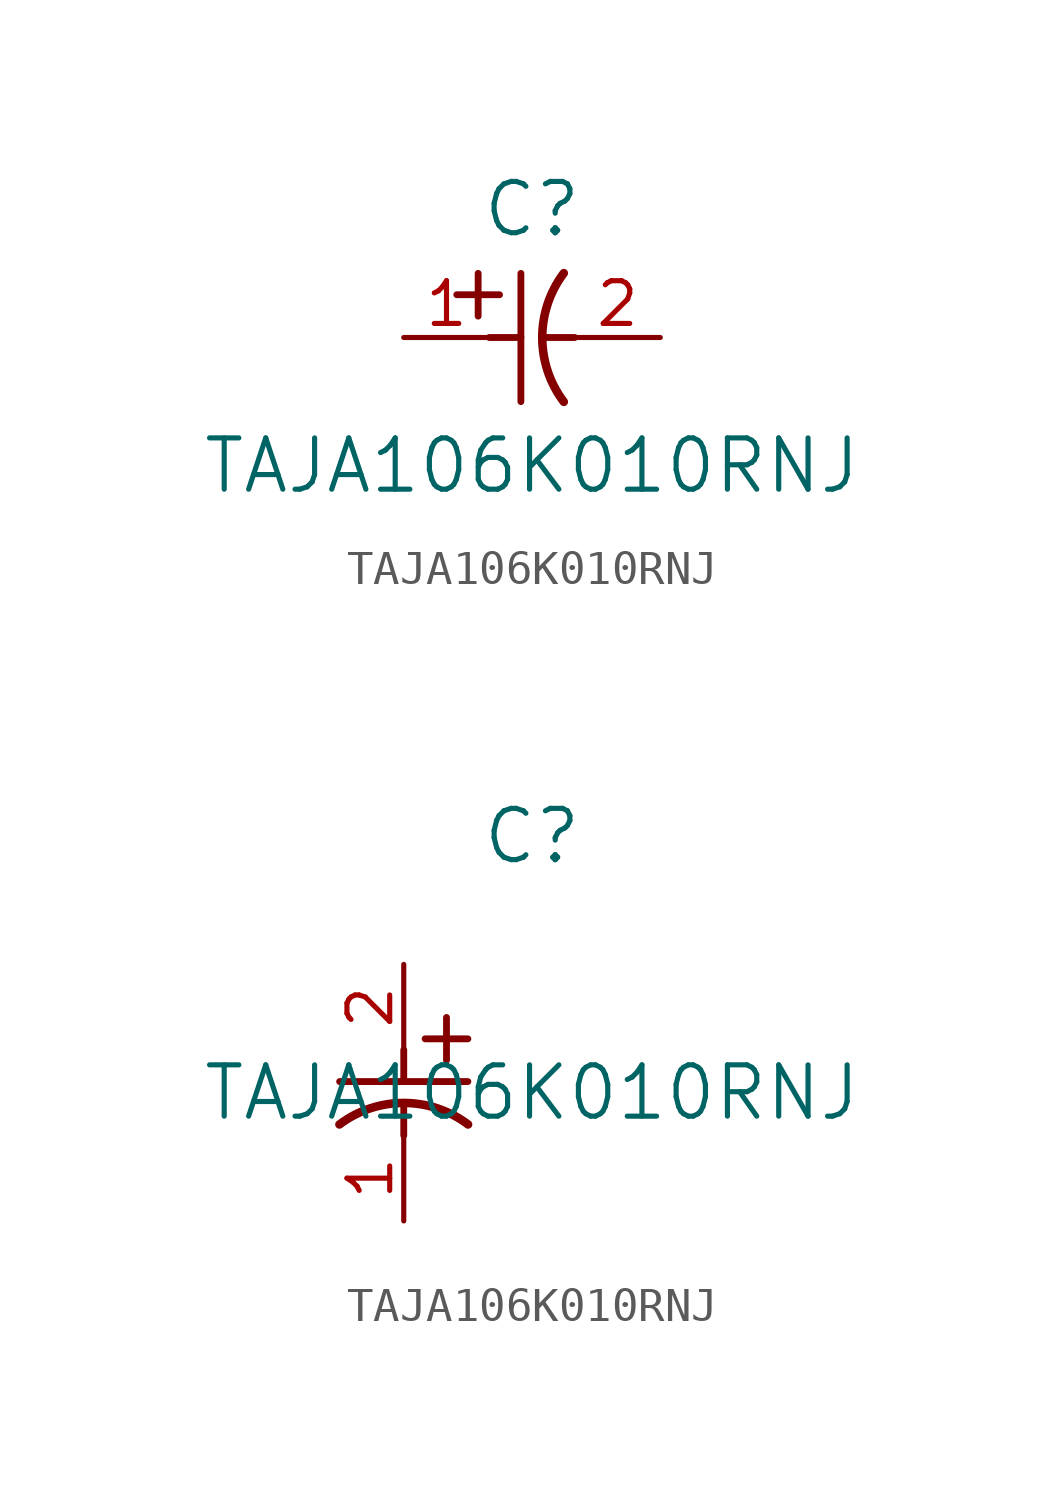
<source format=kicad_sym>
(kicad_symbol_lib
  (version 20211014)
  (generator kicad_symbol_editor)
  (symbol "TAJA106K010RNJ"
    (pin_names
      (offset 0.254))
    (property "Reference" "C"
      (at 3.81 3.81 0)
      (effects (font (size 1.524 1.524))))
    (property "Value" "TAJA106K010RNJ"
      (at 3.81 -3.81 0)
      (effects (font (size 1.524 1.524))))
    (symbol "TAJA106K010RNJ_1_1"
      (polyline (pts (xy 2.21 0.635) (xy 2.21 1.905)) (stroke (width 0.203) (type default) (color 0 0 0 0)) (fill (type none)))
      (arc (start 4.754132 1.910763) (mid 4.1148 0) (end 4.754132 -1.910763) (stroke (width 0.254) (type default) (color 0 0 0 0)) (fill (type none)))
      (polyline (pts (xy 4.115 0) (xy 5.08 0)) (stroke (width 0.203) (type default) (color 0 0 0 0)) (fill (type none)))
      (polyline (pts (xy 3.48 -1.905) (xy 3.48 1.905)) (stroke (width 0.203) (type default) (color 0 0 0 0)) (fill (type none)))
      (polyline (pts (xy 1.575 1.27) (xy 2.845 1.27)) (stroke (width 0.203) (type default) (color 0 0 0 0)) (fill (type none)))
      (polyline (pts (xy 2.54 0) (xy 3.48 0)) (stroke (width 0.203) (type default) (color 0 0 0 0)) (fill (type none)))
      (pin unspecified line (at 0 0 0) (length 2.54) (name "" (effects (font (size 1.27 1.27)))) (number "1" (effects (font (size 1.27 1.27)))))
      (pin unspecified line (at 7.62 0 180) (length 2.54) (name "" (effects (font (size 1.27 1.27)))) (number "2" (effects (font (size 1.27 1.27))))))
    (symbol "TAJA106K010RNJ_1_2"
      (polyline (pts (xy 0 -2.54) (xy 0 -3.48)) (stroke (width 0.203) (type default) (color 0 0 0 0)) (fill (type none)))
      (arc (start 1.910763 -4.754132) (mid 0 -4.1148) (end -1.910763 -4.754132) (stroke (width 0.254) (type default) (color 0 0 0 0)) (fill (type none)))
      (polyline (pts (xy -1.905 -3.48) (xy 1.905 -3.48)) (stroke (width 0.203) (type default) (color 0 0 0 0)) (fill (type none)))
      (polyline (pts (xy 0.635 -2.21) (xy 1.905 -2.21)) (stroke (width 0.203) (type default) (color 0 0 0 0)) (fill (type none)))
      (polyline (pts (xy 1.27 -1.575) (xy 1.27 -2.845)) (stroke (width 0.203) (type default) (color 0 0 0 0)) (fill (type none)))
      (polyline (pts (xy 0 -4.115) (xy 0 -5.08)) (stroke (width 0.203) (type default) (color 0 0 0 0)) (fill (type none)))
      (pin unspecified line (at 0 -7.62 90) (length 2.54) (name "" (effects (font (size 1.27 1.27)))) (number "1" (effects (font (size 1.27 1.27)))))
      (pin unspecified line (at 0 0 270) (length 2.54) (name "" (effects (font (size 1.27 1.27)))) (number "2" (effects (font (size 1.27 1.27))))))))
</source>
